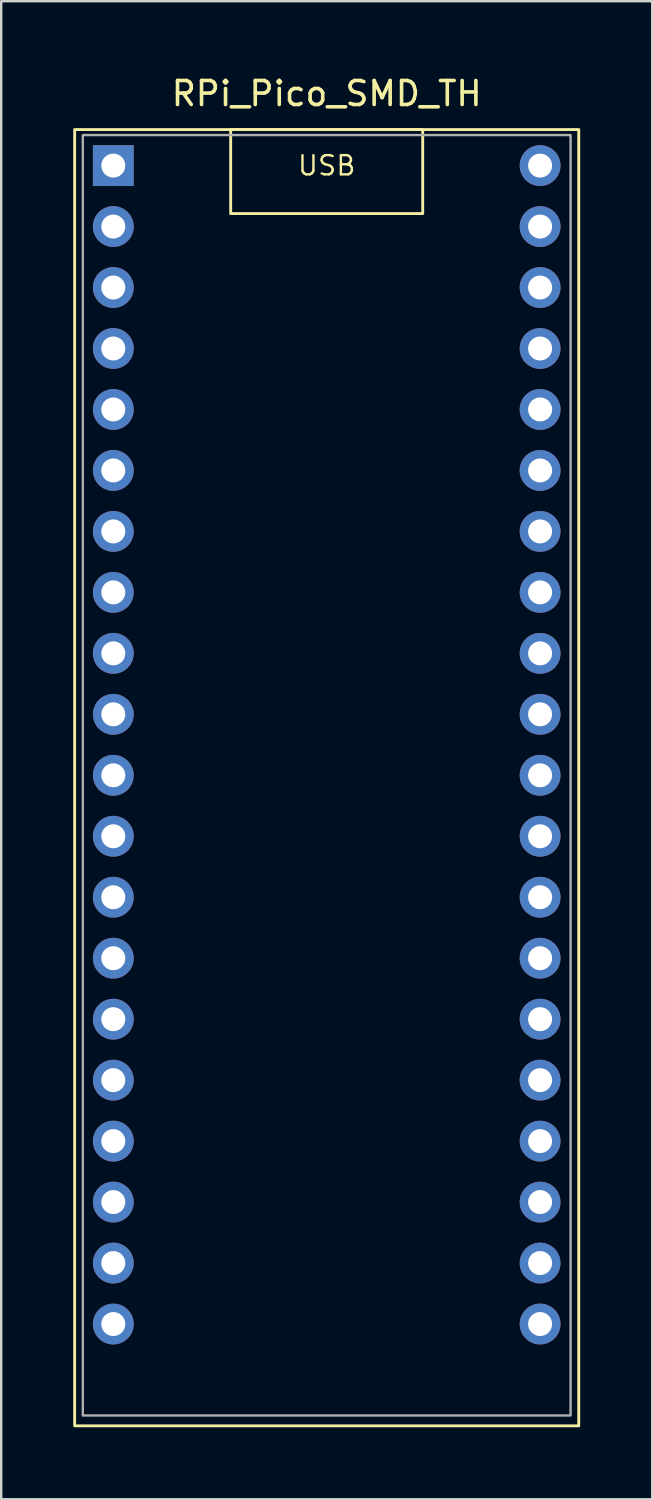
<source format=kicad_pcb>
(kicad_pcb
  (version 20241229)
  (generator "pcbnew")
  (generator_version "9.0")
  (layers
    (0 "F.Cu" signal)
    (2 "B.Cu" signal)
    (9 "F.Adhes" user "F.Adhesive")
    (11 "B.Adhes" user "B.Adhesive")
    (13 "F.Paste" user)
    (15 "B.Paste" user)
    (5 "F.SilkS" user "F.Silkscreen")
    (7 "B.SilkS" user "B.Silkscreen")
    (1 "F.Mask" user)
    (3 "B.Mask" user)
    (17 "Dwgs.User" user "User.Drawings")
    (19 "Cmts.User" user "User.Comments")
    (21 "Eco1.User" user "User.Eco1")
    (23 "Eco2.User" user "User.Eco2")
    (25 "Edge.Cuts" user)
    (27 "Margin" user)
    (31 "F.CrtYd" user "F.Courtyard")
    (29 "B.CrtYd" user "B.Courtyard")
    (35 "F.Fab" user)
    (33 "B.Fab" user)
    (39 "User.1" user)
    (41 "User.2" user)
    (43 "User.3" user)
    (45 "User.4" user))
  (footprint "RPi_Pico_SMD_TH"
    (layer "F.Cu")
    (at 10.56 3.848)
    (property "Reference" "RPi_Pico_SMD_TH" (at 0 -3 0) (layer "F.SilkS") (effects (font (size 1 1) (thickness 0.15))))
    (attr through_hole)
    (fp_rect (start -10.5 -1.5) (end 10.5 52.5) (stroke (width 0.12) (type default)) (fill no) (layer "F.SilkS"))
    (fp_rect (start -4 -1.5) (end 4 2) (stroke (width 0.12) (type default)) (fill no) (layer "F.SilkS"))
    (fp_rect (start -10.16 -1.27) (end 10.16 52.07) (stroke (width 0.1) (type default)) (fill no) (layer "F.Fab"))
    (fp_text user "USB" (at 0 0 0) (layer "F.SilkS") (effects (font (size 0.8 0.8) (thickness 0.1))))
    (pad "1" thru_hole rect (at -8.89 0) (size 1.7 1.7) (drill 1) (layers "*.Cu" "*.Mask"))
    (pad "2" thru_hole oval (at -8.89 2.54) (size 1.7 1.7) (drill 1) (layers "*.Cu" "*.Mask"))
    (pad "3" thru_hole oval (at -8.89 5.08) (size 1.7 1.7) (drill 1) (layers "*.Cu" "*.Mask"))
    (pad "4" thru_hole oval (at -8.89 7.62) (size 1.7 1.7) (drill 1) (layers "*.Cu" "*.Mask"))
    (pad "5" thru_hole oval (at -8.89 10.16) (size 1.7 1.7) (drill 1) (layers "*.Cu" "*.Mask"))
    (pad "6" thru_hole oval (at -8.89 12.7) (size 1.7 1.7) (drill 1) (layers "*.Cu" "*.Mask"))
    (pad "7" thru_hole oval (at -8.89 15.24) (size 1.7 1.7) (drill 1) (layers "*.Cu" "*.Mask"))
    (pad "8" thru_hole oval (at -8.89 17.78) (size 1.7 1.7) (drill 1) (layers "*.Cu" "*.Mask"))
    (pad "9" thru_hole oval (at -8.89 20.32) (size 1.7 1.7) (drill 1) (layers "*.Cu" "*.Mask"))
    (pad "10" thru_hole oval (at -8.89 22.86) (size 1.7 1.7) (drill 1) (layers "*.Cu" "*.Mask"))
    (pad "11" thru_hole oval (at -8.89 25.4) (size 1.7 1.7) (drill 1) (layers "*.Cu" "*.Mask"))
    (pad "12" thru_hole oval (at -8.89 27.94) (size 1.7 1.7) (drill 1) (layers "*.Cu" "*.Mask"))
    (pad "13" thru_hole oval (at -8.89 30.48) (size 1.7 1.7) (drill 1) (layers "*.Cu" "*.Mask"))
    (pad "14" thru_hole oval (at -8.89 33.02) (size 1.7 1.7) (drill 1) (layers "*.Cu" "*.Mask"))
    (pad "15" thru_hole oval (at -8.89 35.56) (size 1.7 1.7) (drill 1) (layers "*.Cu" "*.Mask"))
    (pad "16" thru_hole oval (at -8.89 38.1) (size 1.7 1.7) (drill 1) (layers "*.Cu" "*.Mask"))
    (pad "17" thru_hole oval (at -8.89 40.64) (size 1.7 1.7) (drill 1) (layers "*.Cu" "*.Mask"))
    (pad "18" thru_hole oval (at -8.89 43.18) (size 1.7 1.7) (drill 1) (layers "*.Cu" "*.Mask"))
    (pad "19" thru_hole oval (at -8.89 45.72) (size 1.7 1.7) (drill 1) (layers "*.Cu" "*.Mask"))
    (pad "20" thru_hole oval (at -8.89 48.26) (size 1.7 1.7) (drill 1) (layers "*.Cu" "*.Mask"))
    (pad "21" thru_hole oval (at 8.89 48.26) (size 1.7 1.7) (drill 1) (layers "*.Cu" "*.Mask"))
    (pad "22" thru_hole oval (at 8.89 45.72) (size 1.7 1.7) (drill 1) (layers "*.Cu" "*.Mask"))
    (pad "23" thru_hole oval (at 8.89 43.18) (size 1.7 1.7) (drill 1) (layers "*.Cu" "*.Mask"))
    (pad "24" thru_hole oval (at 8.89 40.64) (size 1.7 1.7) (drill 1) (layers "*.Cu" "*.Mask"))
    (pad "25" thru_hole oval (at 8.89 38.1) (size 1.7 1.7) (drill 1) (layers "*.Cu" "*.Mask"))
    (pad "26" thru_hole oval (at 8.89 35.56) (size 1.7 1.7) (drill 1) (layers "*.Cu" "*.Mask"))
    (pad "27" thru_hole oval (at 8.89 33.02) (size 1.7 1.7) (drill 1) (layers "*.Cu" "*.Mask"))
    (pad "28" thru_hole oval (at 8.89 30.48) (size 1.7 1.7) (drill 1) (layers "*.Cu" "*.Mask"))
    (pad "29" thru_hole oval (at 8.89 27.94) (size 1.7 1.7) (drill 1) (layers "*.Cu" "*.Mask"))
    (pad "30" thru_hole oval (at 8.89 25.4) (size 1.7 1.7) (drill 1) (layers "*.Cu" "*.Mask"))
    (pad "31" thru_hole oval (at 8.89 22.86) (size 1.7 1.7) (drill 1) (layers "*.Cu" "*.Mask"))
    (pad "32" thru_hole oval (at 8.89 20.32) (size 1.7 1.7) (drill 1) (layers "*.Cu" "*.Mask"))
    (pad "33" thru_hole oval (at 8.89 17.78) (size 1.7 1.7) (drill 1) (layers "*.Cu" "*.Mask"))
    (pad "34" thru_hole oval (at 8.89 15.24) (size 1.7 1.7) (drill 1) (layers "*.Cu" "*.Mask"))
    (pad "35" thru_hole oval (at 8.89 12.7) (size 1.7 1.7) (drill 1) (layers "*.Cu" "*.Mask"))
    (pad "36" thru_hole oval (at 8.89 10.16) (size 1.7 1.7) (drill 1) (layers "*.Cu" "*.Mask"))
    (pad "37" thru_hole oval (at 8.89 7.62) (size 1.7 1.7) (drill 1) (layers "*.Cu" "*.Mask"))
    (pad "38" thru_hole oval (at 8.89 5.08) (size 1.7 1.7) (drill 1) (layers "*.Cu" "*.Mask"))
    (pad "39" thru_hole oval (at 8.89 2.54) (size 1.7 1.7) (drill 1) (layers "*.Cu" "*.Mask"))
    (pad "40" thru_hole oval (at 8.89 0) (size 1.7 1.7) (drill 1) (layers "*.Cu" "*.Mask")))
  (gr_rect
    (start -3 -3)
    (end 24.12 59.408)
    (stroke (width 0.1) (type default))
    (fill no)
    (layer "Edge.Cuts")))
</source>
